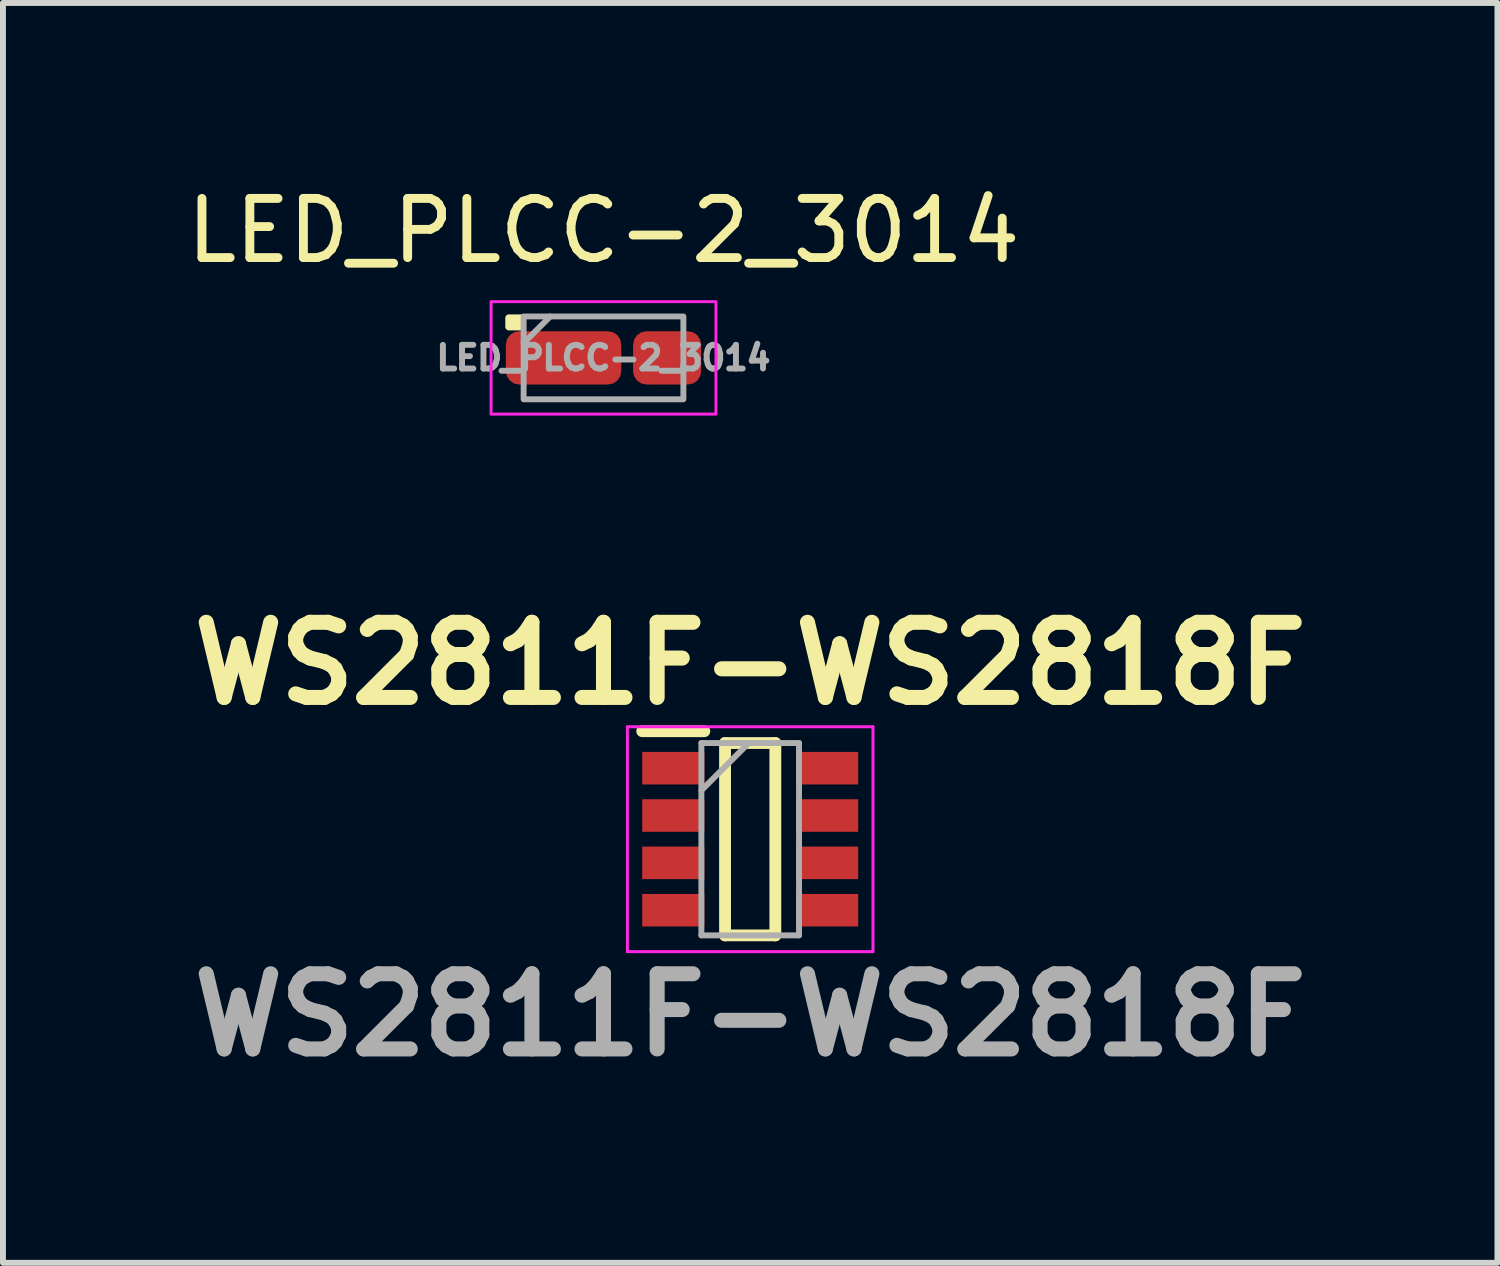
<source format=kicad_pcb>
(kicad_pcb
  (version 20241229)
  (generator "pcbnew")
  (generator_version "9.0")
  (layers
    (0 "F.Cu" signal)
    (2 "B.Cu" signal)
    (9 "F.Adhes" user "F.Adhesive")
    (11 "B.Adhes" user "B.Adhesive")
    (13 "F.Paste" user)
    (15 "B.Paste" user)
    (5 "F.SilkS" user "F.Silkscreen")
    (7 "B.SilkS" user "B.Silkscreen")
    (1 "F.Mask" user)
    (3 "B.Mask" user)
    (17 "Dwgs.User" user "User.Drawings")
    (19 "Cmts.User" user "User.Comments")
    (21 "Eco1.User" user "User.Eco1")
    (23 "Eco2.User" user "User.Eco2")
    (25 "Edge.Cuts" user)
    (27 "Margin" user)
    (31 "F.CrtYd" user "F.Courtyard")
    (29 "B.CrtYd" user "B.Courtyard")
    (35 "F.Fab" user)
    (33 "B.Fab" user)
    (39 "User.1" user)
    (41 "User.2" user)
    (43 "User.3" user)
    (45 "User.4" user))
  (footprint "LED_PLCC-2_3014"
    (layer "F.Cu")
    (at 7.149 2.998)
    (property "Reference" "LED_PLCC-2_3014" (at 0 -2.15 0) (layer "F.SilkS") (effects (font (size 1 1) (thickness 0.15))))
    (attr smd)
    (fp_rect (start -1.6 -0.675) (end -1.4 -0.525) (stroke (width 0.12) (type solid)) (fill yes) (layer "F.SilkS"))
    (fp_rect (start -1.9 -0.95) (end 1.9 0.95) (stroke (width 0.05) (type default)) (fill no) (layer "F.CrtYd"))
    (fp_line (start -1.35 -0.25) (end -0.9 -0.7) (stroke (width 0.1) (type default)) (layer "F.Fab"))
    (fp_rect (start -1.35 -0.7) (end 1.35 0.7) (stroke (width 0.1) (type default)) (fill no) (layer "F.Fab"))
    (fp_text user "${REFERENCE}" (at 0 0 0) (layer "F.Fab") (effects (font (size 0.4 0.4) (thickness 0.1))))
    (pad "1" smd roundrect (at -0.675 0 180) (size 1.95 0.9) (layers "F.Cu" "F.Mask" "F.Paste") (roundrect_rratio 0.25))
    (pad "2" smd roundrect (at 1.075 0 180) (size 1.15 0.9) (layers "F.Cu" "F.Mask" "F.Paste") (roundrect_rratio 0.25)))
  (footprint "WS2811F-WS2818F"
    (layer "F.Cu")
    (at 9.628 11.132)
    (property "Reference" "WS2811F-WS2818F" (at 0 -2.97 0) (layer "F.SilkS") (effects (font (size 1.27 1.27) (thickness 0.254))))
    (attr smd)
    (fp_line (start -1.825 -1.825) (end -0.775 -1.825) (stroke (width 0.2) (type solid)) (layer "F.SilkS"))
    (fp_line (start -0.425 -1.625) (end 0.425 -1.625) (stroke (width 0.2) (type solid)) (layer "F.SilkS"))
    (fp_line (start -0.425 1.625) (end -0.425 -1.625) (stroke (width 0.2) (type solid)) (layer "F.SilkS"))
    (fp_line (start 0.425 -1.625) (end 0.425 1.625) (stroke (width 0.2) (type solid)) (layer "F.SilkS"))
    (fp_line (start 0.425 1.625) (end -0.425 1.625) (stroke (width 0.2) (type solid)) (layer "F.SilkS"))
    (fp_line (start -2.075 -1.9) (end 2.075 -1.9) (stroke (width 0.05) (type solid)) (layer "F.CrtYd"))
    (fp_line (start -2.075 1.9) (end -2.075 -1.9) (stroke (width 0.05) (type solid)) (layer "F.CrtYd"))
    (fp_line (start 2.075 -1.9) (end 2.075 1.9) (stroke (width 0.05) (type solid)) (layer "F.CrtYd"))
    (fp_line (start 2.075 1.9) (end -2.075 1.9) (stroke (width 0.05) (type solid)) (layer "F.CrtYd"))
    (fp_line (start -0.825 -1.625) (end 0.825 -1.625) (stroke (width 0.1) (type solid)) (layer "F.Fab"))
    (fp_line (start -0.825 -0.825) (end -0.025 -1.625) (stroke (width 0.1) (type solid)) (layer "F.Fab"))
    (fp_line (start -0.825 1.625) (end -0.825 -1.625) (stroke (width 0.1) (type solid)) (layer "F.Fab"))
    (fp_line (start 0.825 -1.625) (end 0.825 1.625) (stroke (width 0.1) (type solid)) (layer "F.Fab"))
    (fp_line (start 0.825 1.625) (end -0.825 1.625) (stroke (width 0.1) (type solid)) (layer "F.Fab"))
    (fp_text user "${REFERENCE}" (at 0 2.97 0) (layer "F.Fab") (effects (font (size 1.27 1.27) (thickness 0.254))))
    (pad "1" smd rect (at -1.3 -1.2 90) (size 0.55 1.05) (layers "F.Cu" "F.Mask" "F.Paste"))
    (pad "2" smd rect (at -1.3 -0.4 90) (size 0.55 1.05) (layers "F.Cu" "F.Mask" "F.Paste"))
    (pad "3" smd rect (at -1.3 0.4 90) (size 0.55 1.05) (layers "F.Cu" "F.Mask" "F.Paste"))
    (pad "4" smd rect (at -1.3 1.2 90) (size 0.55 1.05) (layers "F.Cu" "F.Mask" "F.Paste"))
    (pad "5" smd rect (at 1.3 1.2 90) (size 0.55 1.05) (layers "F.Cu" "F.Mask" "F.Paste"))
    (pad "6" smd rect (at 1.3 0.4 90) (size 0.55 1.05) (layers "F.Cu" "F.Mask" "F.Paste"))
    (pad "7" smd rect (at 1.3 -0.4 90) (size 0.55 1.05) (layers "F.Cu" "F.Mask" "F.Paste"))
    (pad "8" smd rect (at 1.3 -1.2 90) (size 0.55 1.05) (layers "F.Cu" "F.Mask" "F.Paste")))
  (gr_rect
    (start -3 -3)
    (end 22.256 18.291)
    (stroke (width 0.1) (type default))
    (fill no)
    (layer "Edge.Cuts")))
</source>
